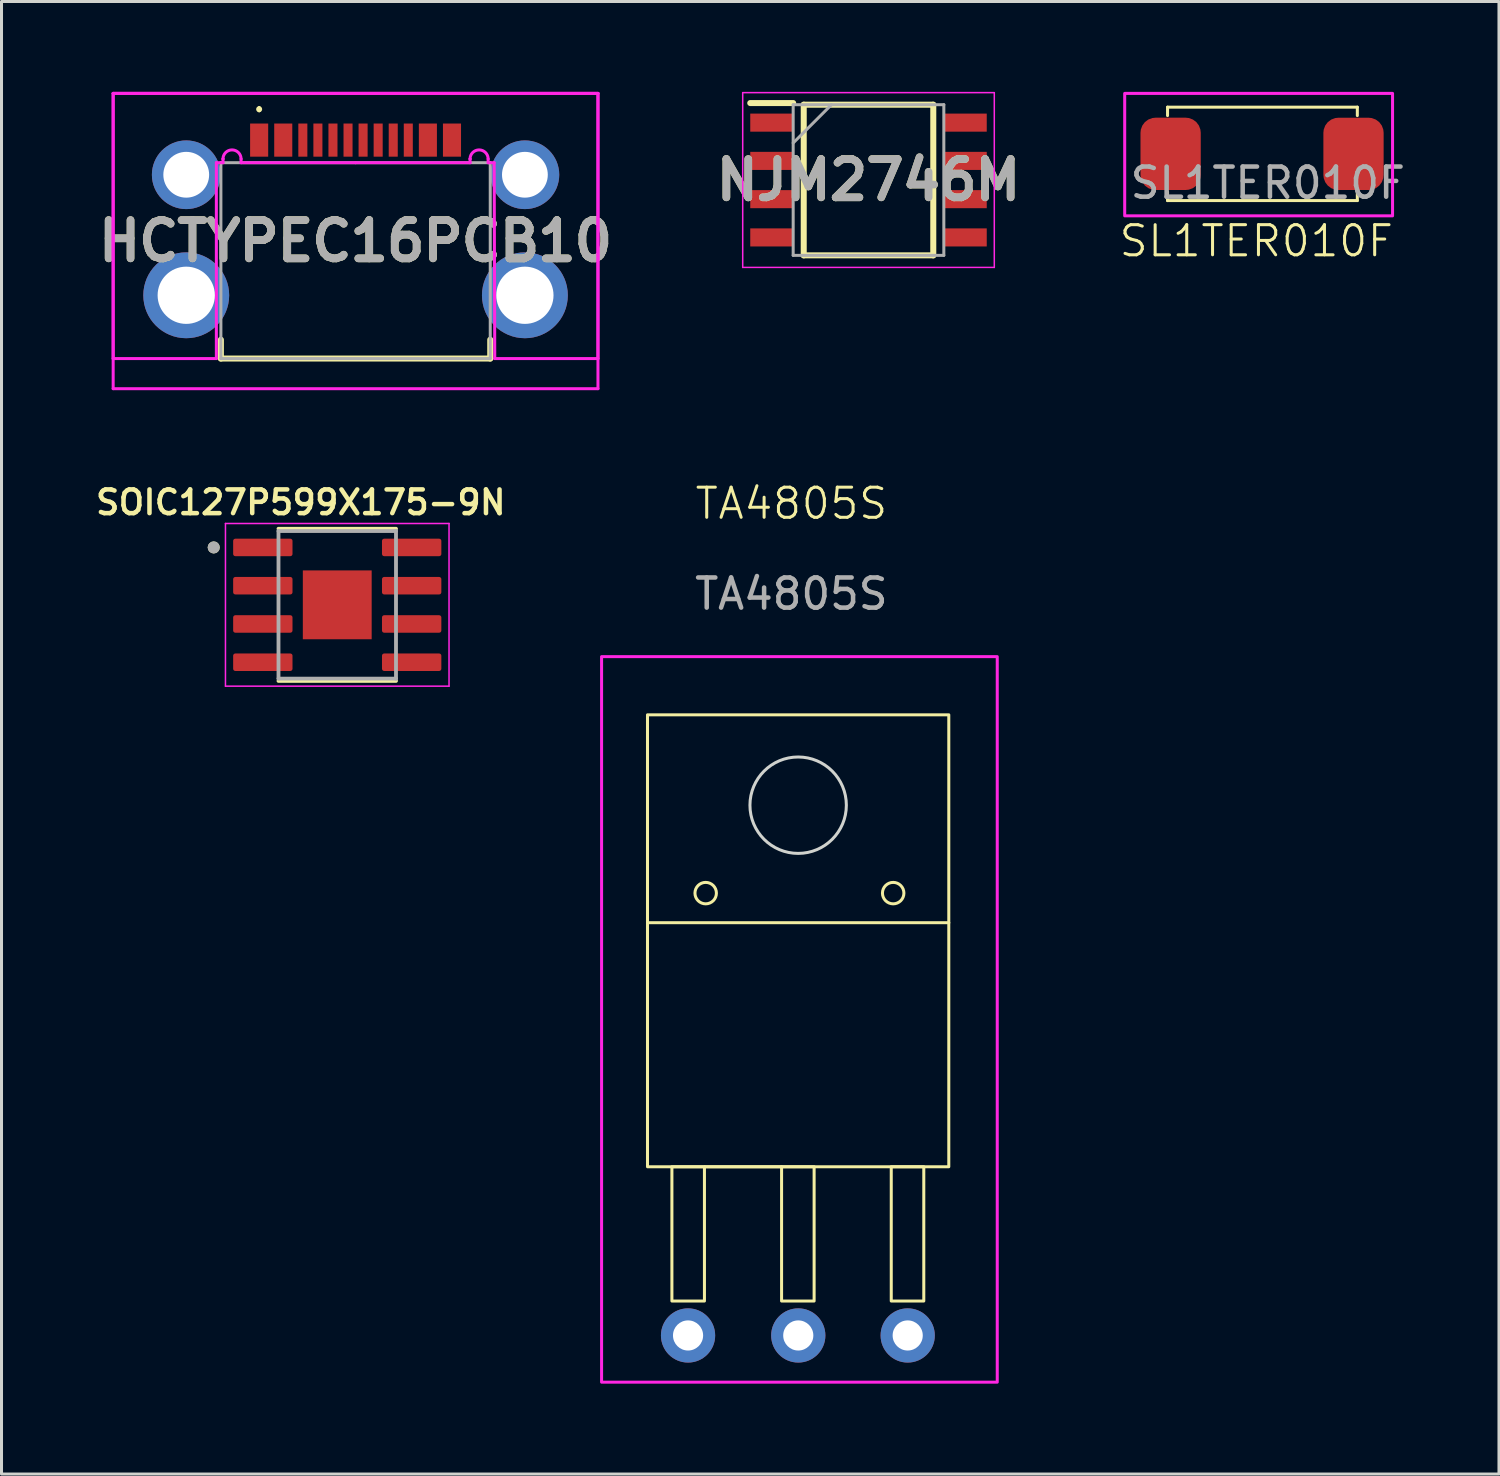
<source format=kicad_pcb>
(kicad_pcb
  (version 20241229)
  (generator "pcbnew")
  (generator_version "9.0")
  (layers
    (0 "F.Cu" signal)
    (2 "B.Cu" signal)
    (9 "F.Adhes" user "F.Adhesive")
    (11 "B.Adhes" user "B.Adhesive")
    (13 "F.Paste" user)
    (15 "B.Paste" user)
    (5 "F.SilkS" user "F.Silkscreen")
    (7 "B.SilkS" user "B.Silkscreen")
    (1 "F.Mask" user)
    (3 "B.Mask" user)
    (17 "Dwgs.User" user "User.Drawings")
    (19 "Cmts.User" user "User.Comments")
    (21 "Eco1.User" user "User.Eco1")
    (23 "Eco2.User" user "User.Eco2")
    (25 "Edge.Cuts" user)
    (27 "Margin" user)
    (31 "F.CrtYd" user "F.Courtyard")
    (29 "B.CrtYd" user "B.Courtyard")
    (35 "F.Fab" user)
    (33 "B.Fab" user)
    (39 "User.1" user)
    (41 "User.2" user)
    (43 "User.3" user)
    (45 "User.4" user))
  (footprint "TA4805S"
    (layer "F.Cu")
    (at 23.063 22.833)
    (property "Reference" "TA4805S" (at 0.152 -9.172 0) (unlocked yes) (layer "F.SilkS") (effects (font (size 1 1) (thickness 0.1))))
    (attr through_hole)
    (fp_line (start -4.623 4.741) (end 5.377 4.741) (stroke (width 0.1) (type default)) (layer "F.SilkS"))
    (fp_line (start -2.713 12.841) (end -0.173 12.841) (stroke (width 0.1) (type default)) (layer "F.SilkS"))
    (fp_rect (start -4.623 -2.159) (end 5.377 12.841) (stroke (width 0.1) (type default)) (fill no) (layer "F.SilkS"))
    (fp_rect (start -3.813 12.841) (end -2.733 17.297) (stroke (width 0.1) (type default)) (fill no) (layer "F.SilkS"))
    (fp_rect (start -0.173 12.841) (end 0.907 17.297) (stroke (width 0.1) (type default)) (fill no) (layer "F.SilkS"))
    (fp_rect (start 3.467 12.841) (end 4.547 17.297) (stroke (width 0.1) (type default)) (fill no) (layer "F.SilkS"))
    (fp_circle (center -2.692 3.759) (end -2.692 4.115) (stroke (width 0.1) (type default)) (fill no) (layer "F.SilkS"))
    (fp_circle (center 3.531 3.759) (end 3.531 4.115) (stroke (width 0.1) (type default)) (fill no) (layer "F.SilkS"))
    (fp_circle (center 0.377 0.841) (end 1.977 0.841) (stroke (width 0.1) (type default)) (fill no) (layer "Edge.Cuts"))
    (fp_rect (start -6.147 -4.089) (end 6.985 19.99) (stroke (width 0.1) (type default)) (fill no) (layer "F.CrtYd"))
    (fp_text user "${REFERENCE}" (at 0.152 -6.172 0) (unlocked yes) (layer "F.Fab") (effects (font (size 1 1) (thickness 0.15))))
    (pad "1" thru_hole circle (at -3.277 18.44) (size 1.8 1.8) (drill 1) (layers "*.Cu" "*.Mask"))
    (pad "2" thru_hole circle (at 4.013 18.44) (size 1.8 1.8) (drill 1) (layers "*.Cu" "*.Mask"))
    (pad "3" thru_hole circle (at 0.381 18.44) (size 1.8 1.8) (drill 1) (layers "*.Cu" "*.Mask")))
  (footprint "SL1TER010F"
    (layer "F.Cu")
    (at 35.7 0.507)
    (property "Reference" "SL1TER010F" (at 2.946 4.442 0) (unlocked yes) (layer "F.SilkS") (effects (font (size 1 1) (thickness 0.1))))
    (attr smd)
    (fp_line (start 0 0) (end 6.299 0) (stroke (width 0.1) (type default)) (layer "F.SilkS"))
    (fp_line (start 0 0.279) (end 0 0) (stroke (width 0.1) (type default)) (layer "F.SilkS"))
    (fp_line (start 0 2.819) (end 0 3.1) (stroke (width 0.1) (type default)) (layer "F.SilkS"))
    (fp_line (start 6.299 0.279) (end 6.299 0) (stroke (width 0.1) (type default)) (layer "F.SilkS"))
    (fp_line (start 6.299 2.819) (end 6.299 3.1) (stroke (width 0.1) (type default)) (layer "F.SilkS"))
    (fp_line (start 6.299 3.1) (end 0 3.1) (stroke (width 0.1) (type default)) (layer "F.SilkS"))
    (fp_rect (start -1.422 -0.457) (end 7.468 3.607) (stroke (width 0.1) (type default)) (fill no) (layer "F.CrtYd"))
    (fp_text user "${REFERENCE}" (at 3.327 2.516 0) (unlocked yes) (layer "F.Fab") (effects (font (size 1 1) (thickness 0.15))))
    (pad "1" smd roundrect (at 0.102 1.549) (size 2 2.4) (layers "F.Cu" "F.Mask" "F.Paste") (roundrect_rratio 0.25))
    (pad "2" smd roundrect (at 6.172 1.55) (size 2 2.4) (layers "F.Cu" "F.Mask" "F.Paste") (roundrect_rratio 0.25)))
  (footprint "NJM2746M"
    (layer "F.Cu")
    (at 25.775 2.925)
    (property "Reference" "NJM2746M" (at 0 0 0) (layer "F.SilkS") (effects (font (size 1.27 1.27) (thickness 0.254))))
    (attr smd)
    (fp_line (start -3.925 -2.555) (end -2.5 -2.555) (stroke (width 0.2) (type solid)) (layer "F.SilkS"))
    (fp_line (start -2.15 -2.5) (end 2.15 -2.5) (stroke (width 0.2) (type solid)) (layer "F.SilkS"))
    (fp_line (start -2.15 2.5) (end -2.15 -2.5) (stroke (width 0.2) (type solid)) (layer "F.SilkS"))
    (fp_line (start 2.15 -2.5) (end 2.15 2.5) (stroke (width 0.2) (type solid)) (layer "F.SilkS"))
    (fp_line (start 2.15 2.5) (end -2.15 2.5) (stroke (width 0.2) (type solid)) (layer "F.SilkS"))
    (fp_line (start -4.175 -2.9) (end 4.175 -2.9) (stroke (width 0.05) (type solid)) (layer "F.CrtYd"))
    (fp_line (start -4.175 2.9) (end -4.175 -2.9) (stroke (width 0.05) (type solid)) (layer "F.CrtYd"))
    (fp_line (start 4.175 -2.9) (end 4.175 2.9) (stroke (width 0.05) (type solid)) (layer "F.CrtYd"))
    (fp_line (start 4.175 2.9) (end -4.175 2.9) (stroke (width 0.05) (type solid)) (layer "F.CrtYd"))
    (fp_line (start -2.5 -2.5) (end 2.5 -2.5) (stroke (width 0.1) (type solid)) (layer "F.Fab"))
    (fp_line (start -2.5 -1.23) (end -1.23 -2.5) (stroke (width 0.1) (type solid)) (layer "F.Fab"))
    (fp_line (start -2.5 2.5) (end -2.5 -2.5) (stroke (width 0.1) (type solid)) (layer "F.Fab"))
    (fp_line (start 2.5 -2.5) (end 2.5 2.5) (stroke (width 0.1) (type solid)) (layer "F.Fab"))
    (fp_line (start 2.5 2.5) (end -2.5 2.5) (stroke (width 0.1) (type solid)) (layer "F.Fab"))
    (fp_text user "${REFERENCE}" (at 0 0 0) (layer "F.Fab") (effects (font (size 1.27 1.27) (thickness 0.254))))
    (pad "1" smd rect (at -3.212 -1.905 90) (size 0.6 1.425) (layers "F.Cu" "F.Mask" "F.Paste"))
    (pad "2" smd rect (at -3.212 -0.635 90) (size 0.6 1.425) (layers "F.Cu" "F.Mask" "F.Paste"))
    (pad "3" smd rect (at -3.212 0.635 90) (size 0.6 1.425) (layers "F.Cu" "F.Mask" "F.Paste"))
    (pad "4" smd rect (at -3.212 1.905 90) (size 0.6 1.425) (layers "F.Cu" "F.Mask" "F.Paste"))
    (pad "5" smd rect (at 3.212 1.905 90) (size 0.6 1.425) (layers "F.Cu" "F.Mask" "F.Paste"))
    (pad "6" smd rect (at 3.212 0.635 90) (size 0.6 1.425) (layers "F.Cu" "F.Mask" "F.Paste"))
    (pad "7" smd rect (at 3.212 -0.635 90) (size 0.6 1.425) (layers "F.Cu" "F.Mask" "F.Paste"))
    (pad "8" smd rect (at 3.212 -1.905 90) (size 0.6 1.425) (layers "F.Cu" "F.Mask" "F.Paste")))
  (footprint "HCTYPEC16PCB10"
    (layer "F.Cu")
    (at 8.751 5.225)
    (property "Reference" "HCTYPEC16PCB10" (at 0 -0.275 0) (layer "F.SilkS") (effects (font (size 1.27 1.27) (thickness 0.254))))
    (attr through_hole)
    (fp_line (start -4.47 3) (end -4.47 3.625) (stroke (width 0.2) (type solid)) (layer "F.SilkS"))
    (fp_line (start -4.47 3.625) (end 4.47 3.625) (stroke (width 0.2) (type solid)) (layer "F.SilkS"))
    (fp_line (start -3.2 -4.7) (end -3.2 -4.7) (stroke (width 0.1) (type solid)) (layer "F.SilkS"))
    (fp_line (start -3.2 -4.6) (end -3.2 -4.6) (stroke (width 0.1) (type solid)) (layer "F.SilkS"))
    (fp_line (start 4.47 3.625) (end 4.47 3) (stroke (width 0.2) (type solid)) (layer "F.SilkS"))
    (fp_arc (start -3.2 -4.7) (mid -3.15 -4.65) (end -3.2 -4.6) (stroke (width 0.1) (type solid)) (layer "F.SilkS"))
    (fp_arc (start -3.2 -4.6) (mid -3.25 -4.65) (end -3.2 -4.7) (stroke (width 0.1) (type solid)) (layer "F.SilkS"))
    (fp_line (start -8.045 -5.175) (end -8.045 3.625) (stroke (width 0.1) (type solid)) (layer "F.CrtYd"))
    (fp_line (start -8.045 -5.175) (end 8.045 -5.175) (stroke (width 0.1) (type solid)) (layer "F.CrtYd"))
    (fp_line (start -8.045 3.625) (end -4.62 3.625) (stroke (width 0.1) (type solid)) (layer "F.CrtYd"))
    (fp_line (start -8.045 4.625) (end -8.045 -5.175) (stroke (width 0.1) (type solid)) (layer "F.CrtYd"))
    (fp_line (start -4.62 -2.875) (end -4.4 -2.875) (stroke (width 0.1) (type solid)) (layer "F.CrtYd"))
    (fp_line (start -4.62 3.625) (end -4.62 -2.875) (stroke (width 0.1) (type solid)) (layer "F.CrtYd"))
    (fp_line (start -4.4 -3) (end -4.4 -3) (stroke (width 0.1) (type solid)) (layer "F.CrtYd"))
    (fp_line (start -4.4 -2.875) (end -4.4 -3) (stroke (width 0.1) (type solid)) (layer "F.CrtYd"))
    (fp_line (start -3.8 -3) (end -3.8 -2.875) (stroke (width 0.1) (type solid)) (layer "F.CrtYd"))
    (fp_line (start -3.8 -2.875) (end 0 -2.875) (stroke (width 0.1) (type solid)) (layer "F.CrtYd"))
    (fp_line (start 0 -2.875) (end 3.8 -2.875) (stroke (width 0.1) (type solid)) (layer "F.CrtYd"))
    (fp_line (start 3.8 -3) (end 3.8 -3) (stroke (width 0.1) (type solid)) (layer "F.CrtYd"))
    (fp_line (start 3.8 -2.875) (end 3.8 -3) (stroke (width 0.1) (type solid)) (layer "F.CrtYd"))
    (fp_line (start 4.4 -3) (end 4.4 -2.875) (stroke (width 0.1) (type solid)) (layer "F.CrtYd"))
    (fp_line (start 4.4 -2.875) (end 4.6 -2.875) (stroke (width 0.1) (type solid)) (layer "F.CrtYd"))
    (fp_line (start 4.6 -2.875) (end 4.62 3.625) (stroke (width 0.1) (type solid)) (layer "F.CrtYd"))
    (fp_line (start 4.62 3.625) (end 8.045 3.625) (stroke (width 0.1) (type solid)) (layer "F.CrtYd"))
    (fp_line (start 8.045 -5.175) (end -8.045 -5.175) (stroke (width 0.1) (type solid)) (layer "F.CrtYd"))
    (fp_line (start 8.045 -5.175) (end 8.045 4.625) (stroke (width 0.1) (type solid)) (layer "F.CrtYd"))
    (fp_line (start 8.045 3.625) (end 8.045 -5.175) (stroke (width 0.1) (type solid)) (layer "F.CrtYd"))
    (fp_line (start 8.045 4.625) (end -8.045 4.625) (stroke (width 0.1) (type solid)) (layer "F.CrtYd"))
    (fp_arc (start -4.4 -3) (mid -4.1 -3.3) (end -3.8 -3) (stroke (width 0.1) (type solid)) (layer "F.CrtYd"))
    (fp_arc (start 3.8 -3) (mid 4.1 -3.3) (end 4.4 -3) (stroke (width 0.1) (type solid)) (layer "F.CrtYd"))
    (fp_line (start -4.47 -2.875) (end 4.47 -2.875) (stroke (width 0.1) (type solid)) (layer "F.Fab"))
    (fp_line (start -4.47 3.625) (end -4.47 -2.875) (stroke (width 0.1) (type solid)) (layer "F.Fab"))
    (fp_line (start 4.47 -2.875) (end 4.47 3.625) (stroke (width 0.1) (type solid)) (layer "F.Fab"))
    (fp_line (start 4.47 3.625) (end -4.47 3.625) (stroke (width 0.1) (type solid)) (layer "F.Fab"))
    (fp_text user "${REFERENCE}" (at 0 -0.275 0) (layer "F.Fab") (effects (font (size 1.27 1.27) (thickness 0.254))))
    (pad "A1" smd rect (at -3.2 -3.625) (size 0.6 1.1) (layers "F.Cu" "F.Mask" "F.Paste"))
    (pad "A4" smd rect (at -2.4 -3.625) (size 0.6 1.1) (layers "F.Cu" "F.Mask" "F.Paste"))
    (pad "A5" smd rect (at -1.25 -3.625) (size 0.3 1.1) (layers "F.Cu" "F.Mask" "F.Paste"))
    (pad "A6" smd rect (at -0.25 -3.625) (size 0.3 1.1) (layers "F.Cu" "F.Mask" "F.Paste"))
    (pad "A7" smd rect (at 0.25 -3.625) (size 0.3 1.1) (layers "F.Cu" "F.Mask" "F.Paste"))
    (pad "A8" smd rect (at 1.25 -3.625) (size 0.3 1.1) (layers "F.Cu" "F.Mask" "F.Paste"))
    (pad "B1" smd rect (at 3.2 -3.625) (size 0.6 1.1) (layers "F.Cu" "F.Mask" "F.Paste"))
    (pad "B4" smd rect (at 2.4 -3.625) (size 0.6 1.1) (layers "F.Cu" "F.Mask" "F.Paste"))
    (pad "B5" smd rect (at 1.75 -3.625) (size 0.3 1.1) (layers "F.Cu" "F.Mask" "F.Paste"))
    (pad "B6" smd rect (at 0.75 -3.625) (size 0.3 1.1) (layers "F.Cu" "F.Mask" "F.Paste"))
    (pad "B7" smd rect (at -0.75 -3.625) (size 0.3 1.1) (layers "F.Cu" "F.Mask" "F.Paste"))
    (pad "B8" smd rect (at -1.75 -3.625) (size 0.3 1.1) (layers "F.Cu" "F.Mask" "F.Paste"))
    (pad "MH1" thru_hole circle (at -5.62 -2.475) (size 2.28 2.28) (drill 1.52) (layers "*.Cu" "*.Mask"))
    (pad "MH2" thru_hole circle (at 5.62 -2.475) (size 2.28 2.28) (drill 1.52) (layers "*.Cu" "*.Mask"))
    (pad "MH3" thru_hole circle (at -5.62 1.525) (size 2.85 2.85) (drill 1.9) (layers "*.Cu" "*.Mask"))
    (pad "MH4" thru_hole circle (at 5.62 1.525) (size 2.85 2.85) (drill 1.9) (layers "*.Cu" "*.Mask")))
  (footprint "SOIC127P599X175-9N"
    (layer "F.Cu")
    (at 8.143 17.024)
    (property "Reference" "SOIC127P599X175-9N" (at -1.21 -3.4 0) (layer "F.SilkS") (effects (font (size 0.787 0.787) (thickness 0.15))))
    (attr smd)
    (fp_line (start -1.95 -2.525) (end 1.95 -2.525) (stroke (width 0.127) (type solid)) (layer "F.SilkS"))
    (fp_line (start -1.95 2.525) (end 1.95 2.525) (stroke (width 0.127) (type solid)) (layer "F.SilkS"))
    (fp_circle (center -4.1 -1.905) (end -4 -1.905) (stroke (width 0.2) (type solid)) (fill no) (layer "F.SilkS"))
    (fp_poly (pts (xy -0.86 -0.86) (xy -0.14 -0.86) (xy -0.14 -0.14) (xy -0.86 -0.14)) (stroke (width 0.01) (type solid)) (fill yes) (layer "F.Paste"))
    (fp_poly (pts (xy -0.86 0.14) (xy -0.14 0.14) (xy -0.14 0.86) (xy -0.86 0.86)) (stroke (width 0.01) (type solid)) (fill yes) (layer "F.Paste"))
    (fp_poly (pts (xy 0.14 -0.86) (xy 0.86 -0.86) (xy 0.86 -0.14) (xy 0.14 -0.14)) (stroke (width 0.01) (type solid)) (fill yes) (layer "F.Paste"))
    (fp_poly (pts (xy 0.14 0.14) (xy 0.86 0.14) (xy 0.86 0.86) (xy 0.14 0.86)) (stroke (width 0.01) (type solid)) (fill yes) (layer "F.Paste"))
    (fp_line (start -3.71 -2.7) (end -3.71 2.7) (stroke (width 0.05) (type solid)) (layer "F.CrtYd"))
    (fp_line (start -3.71 -2.7) (end 3.71 -2.7) (stroke (width 0.05) (type solid)) (layer "F.CrtYd"))
    (fp_line (start -3.71 2.7) (end 3.71 2.7) (stroke (width 0.05) (type solid)) (layer "F.CrtYd"))
    (fp_line (start 3.71 -2.7) (end 3.71 2.7) (stroke (width 0.05) (type solid)) (layer "F.CrtYd"))
    (fp_line (start -1.95 -2.45) (end -1.95 2.45) (stroke (width 0.127) (type solid)) (layer "F.Fab"))
    (fp_line (start -1.95 -2.45) (end 1.95 -2.45) (stroke (width 0.127) (type solid)) (layer "F.Fab"))
    (fp_line (start -1.95 2.45) (end 1.95 2.45) (stroke (width 0.127) (type solid)) (layer "F.Fab"))
    (fp_line (start 1.95 -2.45) (end 1.95 2.45) (stroke (width 0.127) (type solid)) (layer "F.Fab"))
    (fp_circle (center -4.1 -1.905) (end -4 -1.905) (stroke (width 0.2) (type solid)) (fill no) (layer "F.Fab"))
    (pad "1" smd roundrect (at -2.47 -1.905) (size 1.97 0.58) (layers "F.Cu" "F.Mask" "F.Paste") (roundrect_rratio 0.125))
    (pad "2" smd roundrect (at -2.47 -0.635) (size 1.97 0.58) (layers "F.Cu" "F.Mask" "F.Paste") (roundrect_rratio 0.125))
    (pad "3" smd roundrect (at -2.47 0.635) (size 1.97 0.58) (layers "F.Cu" "F.Mask" "F.Paste") (roundrect_rratio 0.125))
    (pad "4" smd roundrect (at -2.47 1.905) (size 1.97 0.58) (layers "F.Cu" "F.Mask" "F.Paste") (roundrect_rratio 0.125))
    (pad "5" smd roundrect (at 2.47 1.905) (size 1.97 0.58) (layers "F.Cu" "F.Mask" "F.Paste") (roundrect_rratio 0.125))
    (pad "6" smd roundrect (at 2.47 0.635) (size 1.97 0.58) (layers "F.Cu" "F.Mask" "F.Paste") (roundrect_rratio 0.125))
    (pad "7" smd roundrect (at 2.47 -0.635) (size 1.97 0.58) (layers "F.Cu" "F.Mask" "F.Paste") (roundrect_rratio 0.125))
    (pad "8" smd roundrect (at 2.47 -1.905) (size 1.97 0.58) (layers "F.Cu" "F.Mask" "F.Paste") (roundrect_rratio 0.125))
    (pad "9" smd rect (at 0 0) (size 2.285 2.285) (layers "F.Cu" "F.Mask")))
  (gr_rect
    (start -3 -3)
    (end 46.7 45.873)
    (stroke (width 0.1) (type default))
    (fill no)
    (layer "Edge.Cuts")))
</source>
